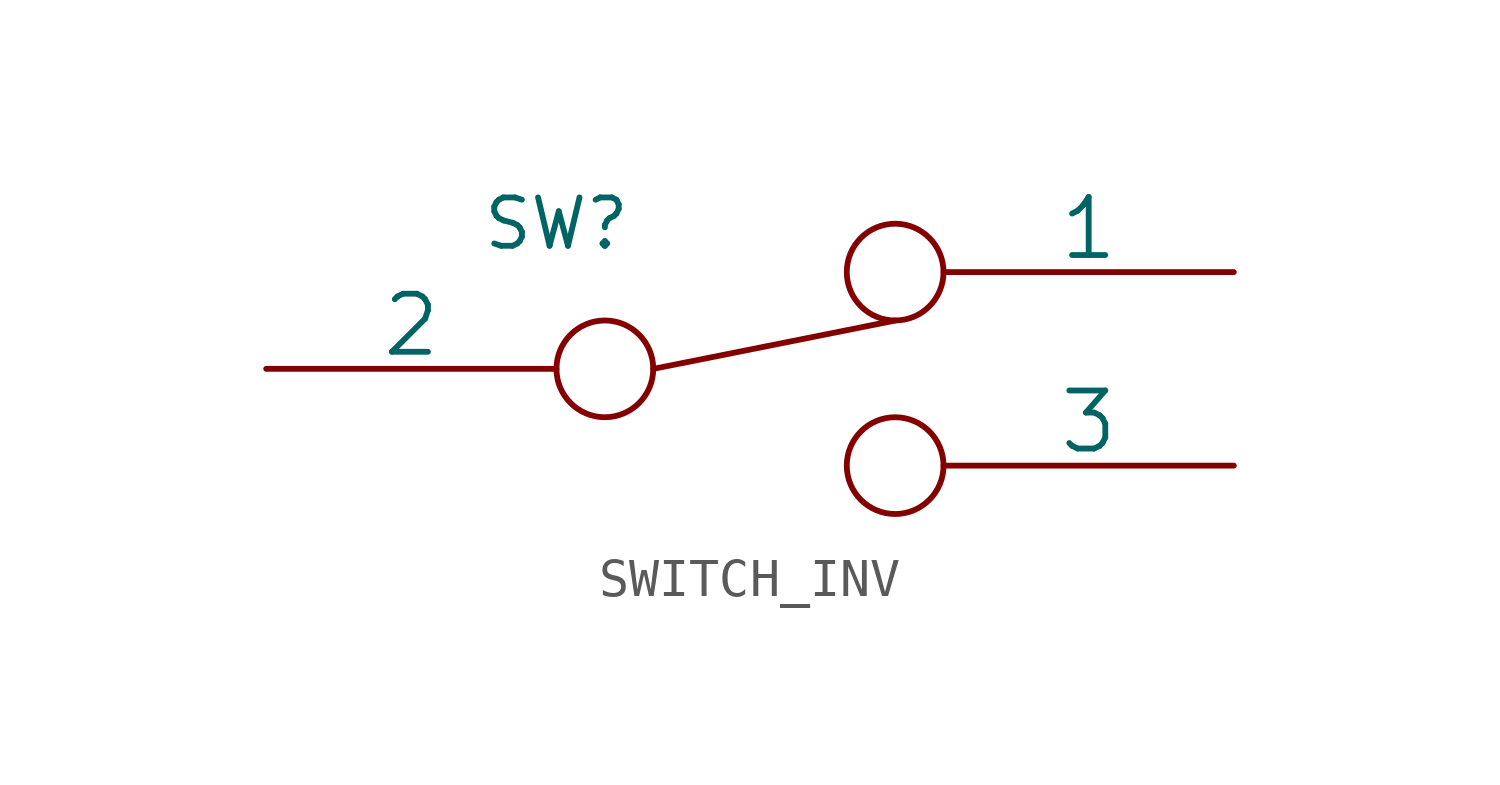
<source format=kicad_sym>
(kicad_symbol_lib
  (version 20211014)
  (generator kicad_symbol_editor)
  (symbol "SWITCH_INV"
    (pin_numbers hide)
    (pin_names
      (offset 0))
    (property "Reference" "SW"
      (at -5.08 3.81 0)
      (effects (font (size 1.27 1.27))))
    (property "Footprint" ""
      (at 0 0 0)
      (effects (font (size 1.524 1.524))))
    (property "Datasheet" ""
      (at 0 0 0)
      (effects (font (size 1.524 1.524))))
    (symbol "SWITCH_INV_0_0"
      (circle (center -3.81 0) (radius 1.27) (stroke (width 0) (type default) (color 0 0 0 0)) (fill (type none)))
      (circle (center 3.81 -2.54) (radius 1.27) (stroke (width 0) (type default) (color 0 0 0 0)) (fill (type none))))
    (symbol "SWITCH_INV_0_1"
      (polyline (pts (xy -2.54 0) (xy 3.81 1.27)) (stroke (width 0) (type default) (color 0 0 0 0)) (fill (type none)))
      (circle (center 3.81 2.54) (radius 1.27) (stroke (width 0) (type default) (color 0 0 0 0)) (fill (type none))))
    (symbol "SWITCH_INV_1_1"
      (pin passive line (at 12.7 2.54 180) (length 7.62) (name "1" (effects (font (size 1.524 1.524)))) (number "1" (effects (font (size 1.524 1.524)))))
      (pin passive line (at -12.7 0 0) (length 7.62) (name "2" (effects (font (size 1.524 1.524)))) (number "2" (effects (font (size 1.524 1.524)))))
      (pin passive line (at 12.7 -2.54 180) (length 7.62) (name "3" (effects (font (size 1.524 1.524)))) (number "3" (effects (font (size 1.524 1.524))))))))
</source>
